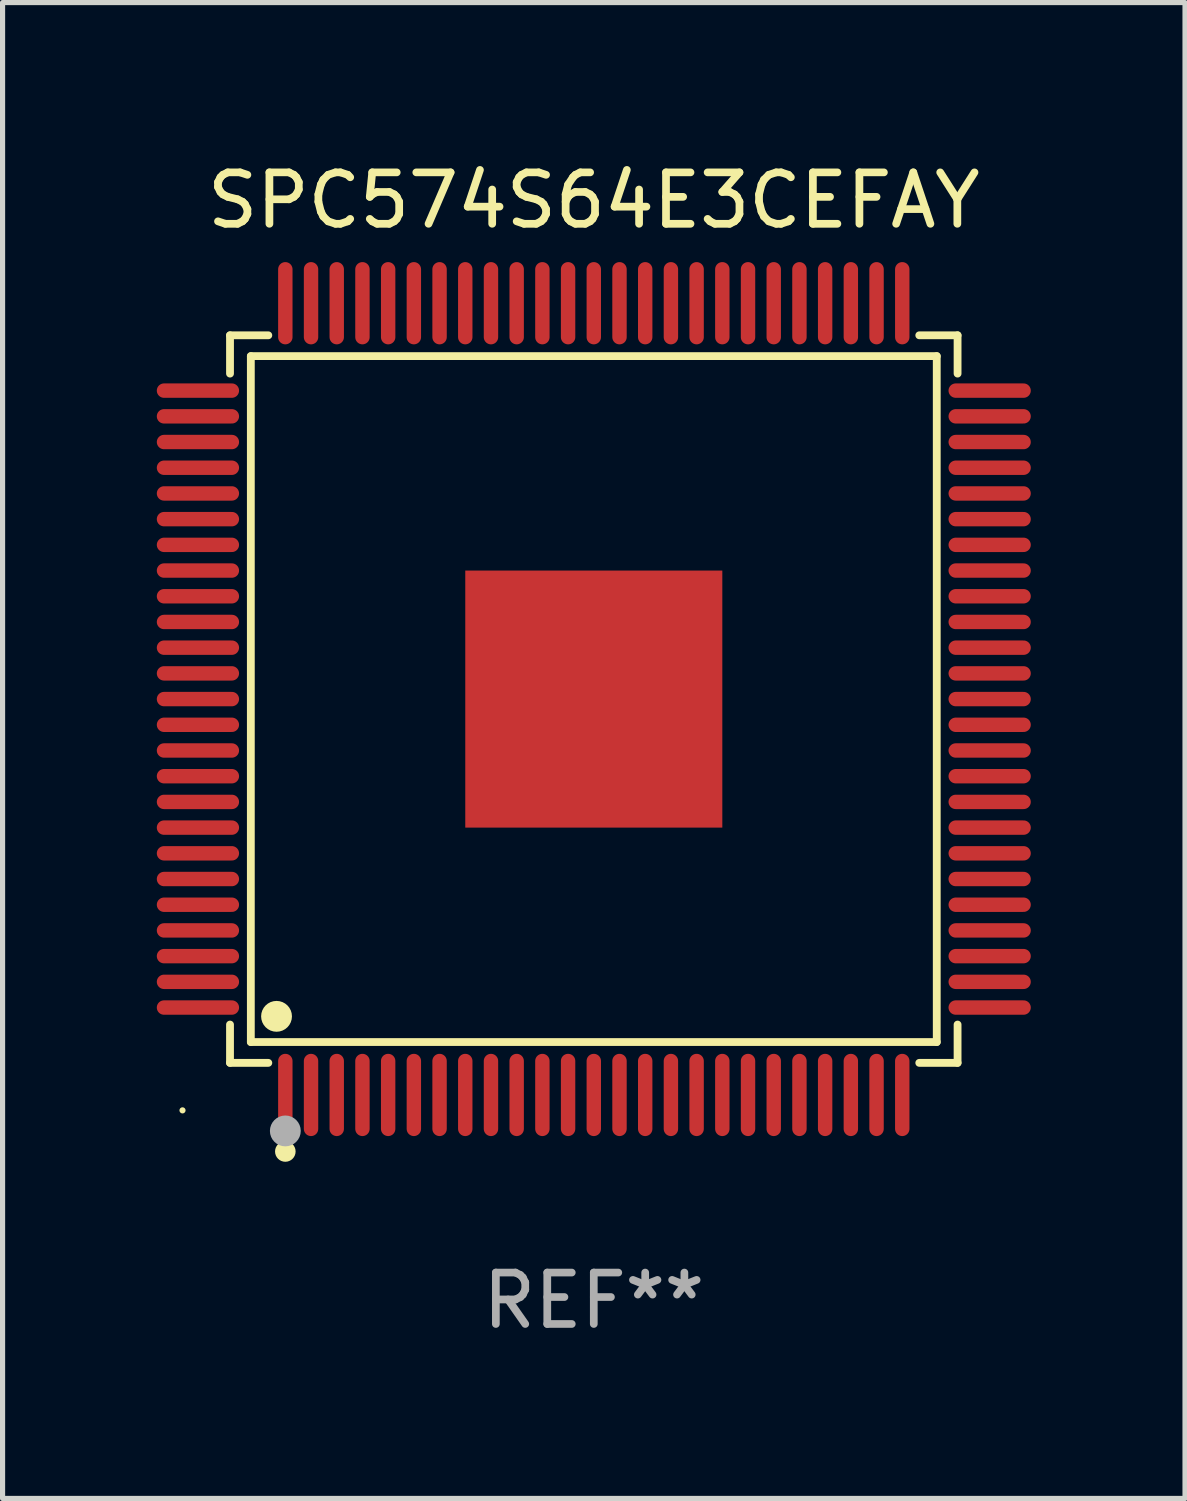
<source format=kicad_pcb>
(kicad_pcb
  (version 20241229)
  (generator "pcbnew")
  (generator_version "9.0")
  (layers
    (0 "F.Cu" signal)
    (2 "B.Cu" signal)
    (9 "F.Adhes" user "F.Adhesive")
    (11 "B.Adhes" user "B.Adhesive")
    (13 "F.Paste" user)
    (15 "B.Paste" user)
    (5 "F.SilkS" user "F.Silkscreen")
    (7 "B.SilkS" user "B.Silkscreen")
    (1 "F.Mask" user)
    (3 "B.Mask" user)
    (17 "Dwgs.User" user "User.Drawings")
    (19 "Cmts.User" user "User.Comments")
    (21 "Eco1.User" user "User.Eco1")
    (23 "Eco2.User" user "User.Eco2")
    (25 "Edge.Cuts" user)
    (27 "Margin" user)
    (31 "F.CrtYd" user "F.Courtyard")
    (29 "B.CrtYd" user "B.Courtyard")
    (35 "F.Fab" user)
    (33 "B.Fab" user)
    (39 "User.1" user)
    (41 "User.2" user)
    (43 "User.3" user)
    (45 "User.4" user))
  (footprint "SPC574S64E3CEFAY"
    (layer "F.Cu")
    (at 8.5 10.548)
    (property "Reference" "SPC574S64E3CEFAY" (at 0 -9.7 0) (layer "F.SilkS") (effects (font (size 1 1) (thickness 0.15))))
    (attr through_hole)
    (fp_line (start -7.076 -7.076) (end -6.331 -7.076) (stroke (width 0.152) (type solid)) (layer "F.SilkS"))
    (fp_line (start -7.076 -6.331) (end -7.076 -7.076) (stroke (width 0.152) (type solid)) (layer "F.SilkS"))
    (fp_line (start -7.076 6.331) (end -7.076 7.076) (stroke (width 0.152) (type solid)) (layer "F.SilkS"))
    (fp_line (start -7.076 7.076) (end -6.331 7.076) (stroke (width 0.152) (type solid)) (layer "F.SilkS"))
    (fp_line (start -6.671 -6.671) (end 6.671 -6.671) (stroke (width 0.152) (type solid)) (layer "F.SilkS"))
    (fp_line (start -6.671 6.671) (end -6.671 -6.671) (stroke (width 0.152) (type solid)) (layer "F.SilkS"))
    (fp_line (start 6.671 -6.671) (end 6.671 6.671) (stroke (width 0.152) (type solid)) (layer "F.SilkS"))
    (fp_line (start 6.671 6.671) (end -6.671 6.671) (stroke (width 0.152) (type solid)) (layer "F.SilkS"))
    (fp_line (start 7.076 -7.076) (end 6.331 -7.076) (stroke (width 0.152) (type solid)) (layer "F.SilkS"))
    (fp_line (start 7.076 -6.331) (end 7.076 -7.076) (stroke (width 0.152) (type solid)) (layer "F.SilkS"))
    (fp_line (start 7.076 6.331) (end 7.076 7.076) (stroke (width 0.152) (type solid)) (layer "F.SilkS"))
    (fp_line (start 7.076 7.076) (end 6.331 7.076) (stroke (width 0.152) (type solid)) (layer "F.SilkS"))
    (fp_circle (center -8 8) (end -7.97 8) (stroke (width 0.06) (type solid)) (fill no) (layer "F.SilkS"))
    (fp_circle (center -6.171 6.171) (end -6.021 6.171) (stroke (width 0.3) (type solid)) (fill no) (layer "F.SilkS"))
    (fp_circle (center -6 8.8) (end -5.9 8.8) (stroke (width 0.2) (type solid)) (fill no) (layer "F.SilkS"))
    (fp_circle (center -6 8.4) (end -5.85 8.4) (stroke (width 0.3) (type solid)) (fill no) (layer "F.Fab"))
    (fp_text user "REF**" (at 0 11.7 0) (layer "F.Fab") (effects (font (size 1 1) (thickness 0.15))))
    (pad "1" smd oval (at -6 7.7) (size 0.28 1.6) (layers "F.Cu" "F.Mask" "F.Paste"))
    (pad "2" smd oval (at -5.5 7.7) (size 0.28 1.6) (layers "F.Cu" "F.Mask" "F.Paste"))
    (pad "3" smd oval (at -5 7.7) (size 0.28 1.6) (layers "F.Cu" "F.Mask" "F.Paste"))
    (pad "4" smd oval (at -4.5 7.7) (size 0.28 1.6) (layers "F.Cu" "F.Mask" "F.Paste"))
    (pad "5" smd oval (at -4 7.7) (size 0.28 1.6) (layers "F.Cu" "F.Mask" "F.Paste"))
    (pad "6" smd oval (at -3.5 7.7) (size 0.28 1.6) (layers "F.Cu" "F.Mask" "F.Paste"))
    (pad "7" smd oval (at -3 7.7) (size 0.28 1.6) (layers "F.Cu" "F.Mask" "F.Paste"))
    (pad "8" smd oval (at -2.5 7.7) (size 0.28 1.6) (layers "F.Cu" "F.Mask" "F.Paste"))
    (pad "9" smd oval (at -2 7.7) (size 0.28 1.6) (layers "F.Cu" "F.Mask" "F.Paste"))
    (pad "10" smd oval (at -1.5 7.7) (size 0.28 1.6) (layers "F.Cu" "F.Mask" "F.Paste"))
    (pad "11" smd oval (at -1 7.7) (size 0.28 1.6) (layers "F.Cu" "F.Mask" "F.Paste"))
    (pad "12" smd oval (at -0.5 7.7) (size 0.28 1.6) (layers "F.Cu" "F.Mask" "F.Paste"))
    (pad "13" smd oval (at 0 7.7) (size 0.28 1.6) (layers "F.Cu" "F.Mask" "F.Paste"))
    (pad "14" smd oval (at 0.5 7.7) (size 0.28 1.6) (layers "F.Cu" "F.Mask" "F.Paste"))
    (pad "15" smd oval (at 1 7.7) (size 0.28 1.6) (layers "F.Cu" "F.Mask" "F.Paste"))
    (pad "16" smd oval (at 1.5 7.7) (size 0.28 1.6) (layers "F.Cu" "F.Mask" "F.Paste"))
    (pad "17" smd oval (at 2 7.7) (size 0.28 1.6) (layers "F.Cu" "F.Mask" "F.Paste"))
    (pad "18" smd oval (at 2.5 7.7) (size 0.28 1.6) (layers "F.Cu" "F.Mask" "F.Paste"))
    (pad "19" smd oval (at 3 7.7) (size 0.28 1.6) (layers "F.Cu" "F.Mask" "F.Paste"))
    (pad "20" smd oval (at 3.5 7.7) (size 0.28 1.6) (layers "F.Cu" "F.Mask" "F.Paste"))
    (pad "21" smd oval (at 4 7.7) (size 0.28 1.6) (layers "F.Cu" "F.Mask" "F.Paste"))
    (pad "22" smd oval (at 4.5 7.7) (size 0.28 1.6) (layers "F.Cu" "F.Mask" "F.Paste"))
    (pad "23" smd oval (at 5 7.7) (size 0.28 1.6) (layers "F.Cu" "F.Mask" "F.Paste"))
    (pad "24" smd oval (at 5.5 7.7) (size 0.28 1.6) (layers "F.Cu" "F.Mask" "F.Paste"))
    (pad "25" smd oval (at 6 7.7) (size 0.28 1.6) (layers "F.Cu" "F.Mask" "F.Paste"))
    (pad "26" smd oval (at 7.7 6) (size 1.6 0.28) (layers "F.Cu" "F.Mask" "F.Paste"))
    (pad "27" smd oval (at 7.7 5.5) (size 1.6 0.28) (layers "F.Cu" "F.Mask" "F.Paste"))
    (pad "28" smd oval (at 7.7 5) (size 1.6 0.28) (layers "F.Cu" "F.Mask" "F.Paste"))
    (pad "29" smd oval (at 7.7 4.5) (size 1.6 0.28) (layers "F.Cu" "F.Mask" "F.Paste"))
    (pad "30" smd oval (at 7.7 4) (size 1.6 0.28) (layers "F.Cu" "F.Mask" "F.Paste"))
    (pad "31" smd oval (at 7.7 3.5) (size 1.6 0.28) (layers "F.Cu" "F.Mask" "F.Paste"))
    (pad "32" smd oval (at 7.7 3) (size 1.6 0.28) (layers "F.Cu" "F.Mask" "F.Paste"))
    (pad "33" smd oval (at 7.7 2.5) (size 1.6 0.28) (layers "F.Cu" "F.Mask" "F.Paste"))
    (pad "34" smd oval (at 7.7 2) (size 1.6 0.28) (layers "F.Cu" "F.Mask" "F.Paste"))
    (pad "35" smd oval (at 7.7 1.5) (size 1.6 0.28) (layers "F.Cu" "F.Mask" "F.Paste"))
    (pad "36" smd oval (at 7.7 1) (size 1.6 0.28) (layers "F.Cu" "F.Mask" "F.Paste"))
    (pad "37" smd oval (at 7.7 0.5) (size 1.6 0.28) (layers "F.Cu" "F.Mask" "F.Paste"))
    (pad "38" smd oval (at 7.7 0) (size 1.6 0.28) (layers "F.Cu" "F.Mask" "F.Paste"))
    (pad "39" smd oval (at 7.7 -0.5) (size 1.6 0.28) (layers "F.Cu" "F.Mask" "F.Paste"))
    (pad "40" smd oval (at 7.7 -1) (size 1.6 0.28) (layers "F.Cu" "F.Mask" "F.Paste"))
    (pad "41" smd oval (at 7.7 -1.5) (size 1.6 0.28) (layers "F.Cu" "F.Mask" "F.Paste"))
    (pad "42" smd oval (at 7.7 -2) (size 1.6 0.28) (layers "F.Cu" "F.Mask" "F.Paste"))
    (pad "43" smd oval (at 7.7 -2.5) (size 1.6 0.28) (layers "F.Cu" "F.Mask" "F.Paste"))
    (pad "44" smd oval (at 7.7 -3) (size 1.6 0.28) (layers "F.Cu" "F.Mask" "F.Paste"))
    (pad "45" smd oval (at 7.7 -3.5) (size 1.6 0.28) (layers "F.Cu" "F.Mask" "F.Paste"))
    (pad "46" smd oval (at 7.7 -4) (size 1.6 0.28) (layers "F.Cu" "F.Mask" "F.Paste"))
    (pad "47" smd oval (at 7.7 -4.5) (size 1.6 0.28) (layers "F.Cu" "F.Mask" "F.Paste"))
    (pad "48" smd oval (at 7.7 -5) (size 1.6 0.28) (layers "F.Cu" "F.Mask" "F.Paste"))
    (pad "49" smd oval (at 7.7 -5.5) (size 1.6 0.28) (layers "F.Cu" "F.Mask" "F.Paste"))
    (pad "50" smd oval (at 7.7 -6) (size 1.6 0.28) (layers "F.Cu" "F.Mask" "F.Paste"))
    (pad "51" smd oval (at 6 -7.7) (size 0.28 1.6) (layers "F.Cu" "F.Mask" "F.Paste"))
    (pad "52" smd oval (at 5.5 -7.7) (size 0.28 1.6) (layers "F.Cu" "F.Mask" "F.Paste"))
    (pad "53" smd oval (at 5 -7.7) (size 0.28 1.6) (layers "F.Cu" "F.Mask" "F.Paste"))
    (pad "54" smd oval (at 4.5 -7.7) (size 0.28 1.6) (layers "F.Cu" "F.Mask" "F.Paste"))
    (pad "55" smd oval (at 4 -7.7) (size 0.28 1.6) (layers "F.Cu" "F.Mask" "F.Paste"))
    (pad "56" smd oval (at 3.5 -7.7) (size 0.28 1.6) (layers "F.Cu" "F.Mask" "F.Paste"))
    (pad "57" smd oval (at 3 -7.7) (size 0.28 1.6) (layers "F.Cu" "F.Mask" "F.Paste"))
    (pad "58" smd oval (at 2.5 -7.7) (size 0.28 1.6) (layers "F.Cu" "F.Mask" "F.Paste"))
    (pad "59" smd oval (at 2 -7.7) (size 0.28 1.6) (layers "F.Cu" "F.Mask" "F.Paste"))
    (pad "60" smd oval (at 1.5 -7.7) (size 0.28 1.6) (layers "F.Cu" "F.Mask" "F.Paste"))
    (pad "61" smd oval (at 1 -7.7) (size 0.28 1.6) (layers "F.Cu" "F.Mask" "F.Paste"))
    (pad "62" smd oval (at 0.5 -7.7) (size 0.28 1.6) (layers "F.Cu" "F.Mask" "F.Paste"))
    (pad "63" smd oval (at 0 -7.7) (size 0.28 1.6) (layers "F.Cu" "F.Mask" "F.Paste"))
    (pad "64" smd oval (at -0.5 -7.7) (size 0.28 1.6) (layers "F.Cu" "F.Mask" "F.Paste"))
    (pad "65" smd oval (at -1 -7.7) (size 0.28 1.6) (layers "F.Cu" "F.Mask" "F.Paste"))
    (pad "66" smd oval (at -1.5 -7.7) (size 0.28 1.6) (layers "F.Cu" "F.Mask" "F.Paste"))
    (pad "67" smd oval (at -2 -7.7) (size 0.28 1.6) (layers "F.Cu" "F.Mask" "F.Paste"))
    (pad "68" smd oval (at -2.5 -7.7) (size 0.28 1.6) (layers "F.Cu" "F.Mask" "F.Paste"))
    (pad "69" smd oval (at -3 -7.7) (size 0.28 1.6) (layers "F.Cu" "F.Mask" "F.Paste"))
    (pad "70" smd oval (at -3.5 -7.7) (size 0.28 1.6) (layers "F.Cu" "F.Mask" "F.Paste"))
    (pad "71" smd oval (at -4 -7.7) (size 0.28 1.6) (layers "F.Cu" "F.Mask" "F.Paste"))
    (pad "72" smd oval (at -4.5 -7.7) (size 0.28 1.6) (layers "F.Cu" "F.Mask" "F.Paste"))
    (pad "73" smd oval (at -5 -7.7) (size 0.28 1.6) (layers "F.Cu" "F.Mask" "F.Paste"))
    (pad "74" smd oval (at -5.5 -7.7) (size 0.28 1.6) (layers "F.Cu" "F.Mask" "F.Paste"))
    (pad "75" smd oval (at -6 -7.7) (size 0.28 1.6) (layers "F.Cu" "F.Mask" "F.Paste"))
    (pad "76" smd oval (at -7.7 -6) (size 1.6 0.28) (layers "F.Cu" "F.Mask" "F.Paste"))
    (pad "77" smd oval (at -7.7 -5.5) (size 1.6 0.28) (layers "F.Cu" "F.Mask" "F.Paste"))
    (pad "78" smd oval (at -7.7 -5) (size 1.6 0.28) (layers "F.Cu" "F.Mask" "F.Paste"))
    (pad "79" smd oval (at -7.7 -4.5) (size 1.6 0.28) (layers "F.Cu" "F.Mask" "F.Paste"))
    (pad "80" smd oval (at -7.7 -4) (size 1.6 0.28) (layers "F.Cu" "F.Mask" "F.Paste"))
    (pad "81" smd oval (at -7.7 -3.5) (size 1.6 0.28) (layers "F.Cu" "F.Mask" "F.Paste"))
    (pad "82" smd oval (at -7.7 -3) (size 1.6 0.28) (layers "F.Cu" "F.Mask" "F.Paste"))
    (pad "83" smd oval (at -7.7 -2.5) (size 1.6 0.28) (layers "F.Cu" "F.Mask" "F.Paste"))
    (pad "84" smd oval (at -7.7 -2) (size 1.6 0.28) (layers "F.Cu" "F.Mask" "F.Paste"))
    (pad "85" smd oval (at -7.7 -1.5) (size 1.6 0.28) (layers "F.Cu" "F.Mask" "F.Paste"))
    (pad "86" smd oval (at -7.7 -1) (size 1.6 0.28) (layers "F.Cu" "F.Mask" "F.Paste"))
    (pad "87" smd oval (at -7.7 -0.5) (size 1.6 0.28) (layers "F.Cu" "F.Mask" "F.Paste"))
    (pad "88" smd oval (at -7.7 0) (size 1.6 0.28) (layers "F.Cu" "F.Mask" "F.Paste"))
    (pad "89" smd oval (at -7.7 0.5) (size 1.6 0.28) (layers "F.Cu" "F.Mask" "F.Paste"))
    (pad "90" smd oval (at -7.7 1) (size 1.6 0.28) (layers "F.Cu" "F.Mask" "F.Paste"))
    (pad "91" smd oval (at -7.7 1.5) (size 1.6 0.28) (layers "F.Cu" "F.Mask" "F.Paste"))
    (pad "92" smd oval (at -7.7 2) (size 1.6 0.28) (layers "F.Cu" "F.Mask" "F.Paste"))
    (pad "93" smd oval (at -7.7 2.5) (size 1.6 0.28) (layers "F.Cu" "F.Mask" "F.Paste"))
    (pad "94" smd oval (at -7.7 3) (size 1.6 0.28) (layers "F.Cu" "F.Mask" "F.Paste"))
    (pad "95" smd oval (at -7.7 3.5) (size 1.6 0.28) (layers "F.Cu" "F.Mask" "F.Paste"))
    (pad "96" smd oval (at -7.7 4) (size 1.6 0.28) (layers "F.Cu" "F.Mask" "F.Paste"))
    (pad "97" smd oval (at -7.7 4.5) (size 1.6 0.28) (layers "F.Cu" "F.Mask" "F.Paste"))
    (pad "98" smd oval (at -7.7 5) (size 1.6 0.28) (layers "F.Cu" "F.Mask" "F.Paste"))
    (pad "99" smd oval (at -7.7 5.5) (size 1.6 0.28) (layers "F.Cu" "F.Mask" "F.Paste"))
    (pad "100" smd oval (at -7.7 6) (size 1.6 0.28) (layers "F.Cu" "F.Mask" "F.Paste"))
    (pad "101" smd rect (at 0 0) (size 5 5) (layers "F.Cu" "F.Mask" "F.Paste")))
  (gr_rect
    (start -3 -3)
    (end 20 26.097)
    (stroke (width 0.1) (type default))
    (fill no)
    (layer "Edge.Cuts")))
</source>
